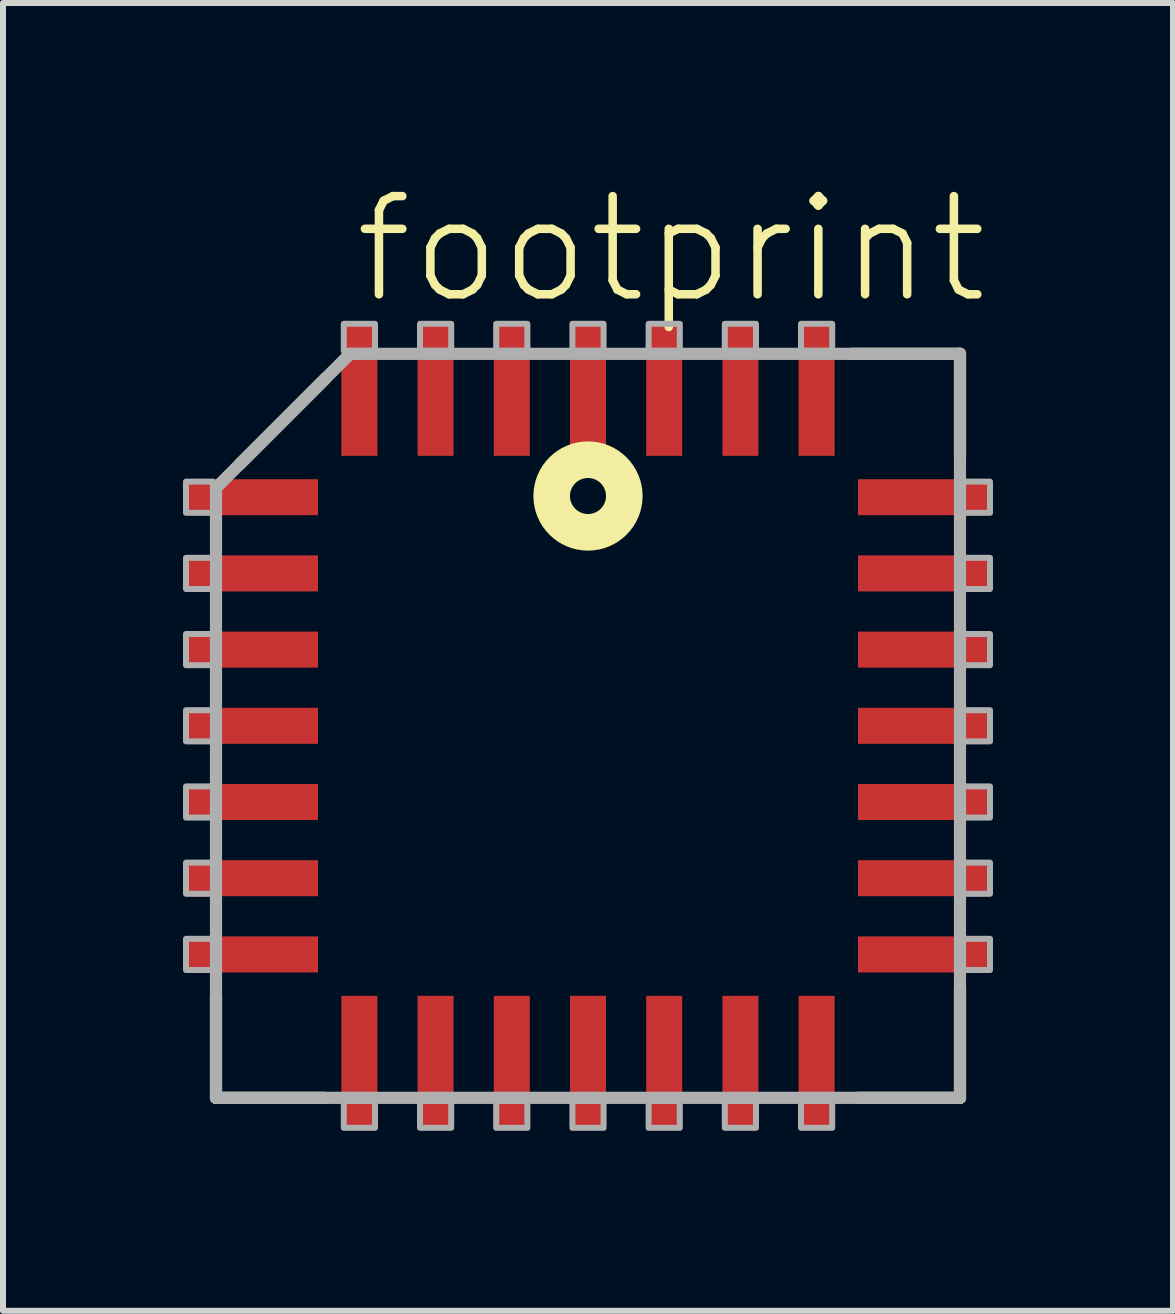
<source format=kicad_pcb>
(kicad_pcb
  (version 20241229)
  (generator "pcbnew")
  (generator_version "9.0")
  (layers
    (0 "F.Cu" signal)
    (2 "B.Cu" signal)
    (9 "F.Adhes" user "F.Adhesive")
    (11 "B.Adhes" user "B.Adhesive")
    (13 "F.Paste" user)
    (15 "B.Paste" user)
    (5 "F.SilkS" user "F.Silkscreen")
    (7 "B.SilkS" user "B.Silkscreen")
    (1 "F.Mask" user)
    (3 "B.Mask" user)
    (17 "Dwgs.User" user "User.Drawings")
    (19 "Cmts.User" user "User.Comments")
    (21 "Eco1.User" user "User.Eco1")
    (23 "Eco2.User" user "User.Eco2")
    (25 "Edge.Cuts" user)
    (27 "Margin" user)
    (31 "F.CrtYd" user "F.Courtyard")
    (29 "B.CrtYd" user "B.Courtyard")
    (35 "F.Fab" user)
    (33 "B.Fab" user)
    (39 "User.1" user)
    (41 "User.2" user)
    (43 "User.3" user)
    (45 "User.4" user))
  (footprint "footprint"
    (layer "F.Cu")
    (at 6.75 9.047)
    (property "Reference" "footprint" (at -3.967 -6.985 0) (layer "F.SilkS") (effects (font (size 1.636 1.636) (thickness 0.142)) (justify left bottom)))
    (fp_line (start -6.2 6.2) (end -6.2 4.5) (stroke (width 0.203) (type solid)) (layer "F.SilkS"))
    (fp_line (start -4.4 6.2) (end -6.2 6.2) (stroke (width 0.203) (type solid)) (layer "F.SilkS"))
    (fp_line (start -4.365 -5.8) (end -5.8 -4.365) (stroke (width 0.203) (type solid)) (layer "F.SilkS"))
    (fp_line (start 4.4 -6.2) (end 6.2 -6.2) (stroke (width 0.203) (type solid)) (layer "F.SilkS"))
    (fp_line (start 6.2 -6.2) (end 6.2 -4.5) (stroke (width 0.203) (type solid)) (layer "F.SilkS"))
    (fp_line (start 6.2 4.4) (end 6.2 6.2) (stroke (width 0.203) (type solid)) (layer "F.SilkS"))
    (fp_line (start 6.2 6.2) (end 4.5 6.2) (stroke (width 0.203) (type solid)) (layer "F.SilkS"))
    (fp_circle (center 0 -3.83) (end 0.3 -3.83) (stroke (width 0.61) (type solid)) (fill no) (layer "F.SilkS"))
    (fp_line (start -6.2 -3.965) (end -6.2 6.2) (stroke (width 0.203) (type solid)) (layer "F.Fab"))
    (fp_line (start -6.2 6.2) (end 6.2 6.2) (stroke (width 0.203) (type solid)) (layer "F.Fab"))
    (fp_line (start -3.965 -6.2) (end -6.2 -3.965) (stroke (width 0.203) (type solid)) (layer "F.Fab"))
    (fp_line (start 6.2 -6.2) (end -3.965 -6.2) (stroke (width 0.203) (type solid)) (layer "F.Fab"))
    (fp_line (start 6.2 6.2) (end 6.2 -6.2) (stroke (width 0.203) (type solid)) (layer "F.Fab"))
    (fp_poly (pts (xy -6.7 -3.55) (xy -6.25 -3.55) (xy -6.25 -4.07) (xy -6.7 -4.07)) (stroke (width 0.1) (type solid)) (fill no) (layer "F.Fab"))
    (fp_poly (pts (xy -6.7 -2.28) (xy -6.25 -2.28) (xy -6.25 -2.8) (xy -6.7 -2.8)) (stroke (width 0.1) (type solid)) (fill no) (layer "F.Fab"))
    (fp_poly (pts (xy -6.7 -1.01) (xy -6.25 -1.01) (xy -6.25 -1.53) (xy -6.7 -1.53)) (stroke (width 0.1) (type solid)) (fill no) (layer "F.Fab"))
    (fp_poly (pts (xy -6.7 0.26) (xy -6.25 0.26) (xy -6.25 -0.26) (xy -6.7 -0.26)) (stroke (width 0.1) (type solid)) (fill no) (layer "F.Fab"))
    (fp_poly (pts (xy -6.7 1.53) (xy -6.25 1.53) (xy -6.25 1.01) (xy -6.7 1.01)) (stroke (width 0.1) (type solid)) (fill no) (layer "F.Fab"))
    (fp_poly (pts (xy -6.7 2.8) (xy -6.25 2.8) (xy -6.25 2.28) (xy -6.7 2.28)) (stroke (width 0.1) (type solid)) (fill no) (layer "F.Fab"))
    (fp_poly (pts (xy -6.7 4.07) (xy -6.25 4.07) (xy -6.25 3.55) (xy -6.7 3.55)) (stroke (width 0.1) (type solid)) (fill no) (layer "F.Fab"))
    (fp_poly (pts (xy -4.07 -6.25) (xy -3.55 -6.25) (xy -3.55 -6.7) (xy -4.07 -6.7)) (stroke (width 0.1) (type solid)) (fill no) (layer "F.Fab"))
    (fp_poly (pts (xy -4.07 6.7) (xy -3.55 6.7) (xy -3.55 6.25) (xy -4.07 6.25)) (stroke (width 0.1) (type solid)) (fill no) (layer "F.Fab"))
    (fp_poly (pts (xy -2.8 -6.25) (xy -2.28 -6.25) (xy -2.28 -6.7) (xy -2.8 -6.7)) (stroke (width 0.1) (type solid)) (fill no) (layer "F.Fab"))
    (fp_poly (pts (xy -2.8 6.7) (xy -2.28 6.7) (xy -2.28 6.25) (xy -2.8 6.25)) (stroke (width 0.1) (type solid)) (fill no) (layer "F.Fab"))
    (fp_poly (pts (xy -1.53 -6.25) (xy -1.01 -6.25) (xy -1.01 -6.7) (xy -1.53 -6.7)) (stroke (width 0.1) (type solid)) (fill no) (layer "F.Fab"))
    (fp_poly (pts (xy -1.53 6.7) (xy -1.01 6.7) (xy -1.01 6.25) (xy -1.53 6.25)) (stroke (width 0.1) (type solid)) (fill no) (layer "F.Fab"))
    (fp_poly (pts (xy -0.26 -6.25) (xy 0.26 -6.25) (xy 0.26 -6.7) (xy -0.26 -6.7)) (stroke (width 0.1) (type solid)) (fill no) (layer "F.Fab"))
    (fp_poly (pts (xy -0.26 6.7) (xy 0.26 6.7) (xy 0.26 6.25) (xy -0.26 6.25)) (stroke (width 0.1) (type solid)) (fill no) (layer "F.Fab"))
    (fp_poly (pts (xy 1.01 -6.25) (xy 1.53 -6.25) (xy 1.53 -6.7) (xy 1.01 -6.7)) (stroke (width 0.1) (type solid)) (fill no) (layer "F.Fab"))
    (fp_poly (pts (xy 1.01 6.7) (xy 1.53 6.7) (xy 1.53 6.25) (xy 1.01 6.25)) (stroke (width 0.1) (type solid)) (fill no) (layer "F.Fab"))
    (fp_poly (pts (xy 2.28 -6.25) (xy 2.8 -6.25) (xy 2.8 -6.7) (xy 2.28 -6.7)) (stroke (width 0.1) (type solid)) (fill no) (layer "F.Fab"))
    (fp_poly (pts (xy 2.28 6.7) (xy 2.8 6.7) (xy 2.8 6.25) (xy 2.28 6.25)) (stroke (width 0.1) (type solid)) (fill no) (layer "F.Fab"))
    (fp_poly (pts (xy 3.55 -6.25) (xy 4.07 -6.25) (xy 4.07 -6.7) (xy 3.55 -6.7)) (stroke (width 0.1) (type solid)) (fill no) (layer "F.Fab"))
    (fp_poly (pts (xy 3.55 6.7) (xy 4.07 6.7) (xy 4.07 6.25) (xy 3.55 6.25)) (stroke (width 0.1) (type solid)) (fill no) (layer "F.Fab"))
    (fp_poly (pts (xy 6.25 -3.55) (xy 6.7 -3.55) (xy 6.7 -4.07) (xy 6.25 -4.07)) (stroke (width 0.1) (type solid)) (fill no) (layer "F.Fab"))
    (fp_poly (pts (xy 6.25 -2.28) (xy 6.7 -2.28) (xy 6.7 -2.8) (xy 6.25 -2.8)) (stroke (width 0.1) (type solid)) (fill no) (layer "F.Fab"))
    (fp_poly (pts (xy 6.25 -1.01) (xy 6.7 -1.01) (xy 6.7 -1.53) (xy 6.25 -1.53)) (stroke (width 0.1) (type solid)) (fill no) (layer "F.Fab"))
    (fp_poly (pts (xy 6.25 0.26) (xy 6.7 0.26) (xy 6.7 -0.26) (xy 6.25 -0.26)) (stroke (width 0.1) (type solid)) (fill no) (layer "F.Fab"))
    (fp_poly (pts (xy 6.25 1.53) (xy 6.7 1.53) (xy 6.7 1.01) (xy 6.25 1.01)) (stroke (width 0.1) (type solid)) (fill no) (layer "F.Fab"))
    (fp_poly (pts (xy 6.25 2.8) (xy 6.7 2.8) (xy 6.7 2.28) (xy 6.25 2.28)) (stroke (width 0.1) (type solid)) (fill no) (layer "F.Fab"))
    (fp_poly (pts (xy 6.25 4.07) (xy 6.7 4.07) (xy 6.7 3.55) (xy 6.25 3.55)) (stroke (width 0.1) (type solid)) (fill no) (layer "F.Fab"))
    (pad "1" smd rect (at 0 -5.6) (size 0.6 2.2) (layers "F.Cu" "F.Mask" "F.Paste"))
    (pad "2" smd rect (at -1.27 -5.6) (size 0.6 2.2) (layers "F.Cu" "F.Mask" "F.Paste"))
    (pad "3" smd rect (at -2.54 -5.6) (size 0.6 2.2) (layers "F.Cu" "F.Mask" "F.Paste"))
    (pad "4" smd rect (at -3.81 -5.6) (size 0.6 2.2) (layers "F.Cu" "F.Mask" "F.Paste"))
    (pad "5" smd rect (at -5.6 -3.81) (size 2.2 0.6) (layers "F.Cu" "F.Mask" "F.Paste"))
    (pad "6" smd rect (at -5.6 -2.54) (size 2.2 0.6) (layers "F.Cu" "F.Mask" "F.Paste"))
    (pad "7" smd rect (at -5.6 -1.27) (size 2.2 0.6) (layers "F.Cu" "F.Mask" "F.Paste"))
    (pad "8" smd rect (at -5.6 0) (size 2.2 0.6) (layers "F.Cu" "F.Mask" "F.Paste"))
    (pad "9" smd rect (at -5.6 1.27) (size 2.2 0.6) (layers "F.Cu" "F.Mask" "F.Paste"))
    (pad "10" smd rect (at -5.6 2.54) (size 2.2 0.6) (layers "F.Cu" "F.Mask" "F.Paste"))
    (pad "11" smd rect (at -5.6 3.81) (size 2.2 0.6) (layers "F.Cu" "F.Mask" "F.Paste"))
    (pad "12" smd rect (at -3.81 5.6) (size 0.6 2.2) (layers "F.Cu" "F.Mask" "F.Paste"))
    (pad "13" smd rect (at -2.54 5.6) (size 0.6 2.2) (layers "F.Cu" "F.Mask" "F.Paste"))
    (pad "14" smd rect (at -1.27 5.6) (size 0.6 2.2) (layers "F.Cu" "F.Mask" "F.Paste"))
    (pad "15" smd rect (at 0 5.6) (size 0.6 2.2) (layers "F.Cu" "F.Mask" "F.Paste"))
    (pad "16" smd rect (at 1.27 5.6) (size 0.6 2.2) (layers "F.Cu" "F.Mask" "F.Paste"))
    (pad "17" smd rect (at 2.54 5.6) (size 0.6 2.2) (layers "F.Cu" "F.Mask" "F.Paste"))
    (pad "18" smd rect (at 3.81 5.6) (size 0.6 2.2) (layers "F.Cu" "F.Mask" "F.Paste"))
    (pad "19" smd rect (at 5.6 3.81) (size 2.2 0.6) (layers "F.Cu" "F.Mask" "F.Paste"))
    (pad "20" smd rect (at 5.6 2.54) (size 2.2 0.6) (layers "F.Cu" "F.Mask" "F.Paste"))
    (pad "21" smd rect (at 5.6 1.27) (size 2.2 0.6) (layers "F.Cu" "F.Mask" "F.Paste"))
    (pad "22" smd rect (at 5.6 0) (size 2.2 0.6) (layers "F.Cu" "F.Mask" "F.Paste"))
    (pad "23" smd rect (at 5.6 -1.27) (size 2.2 0.6) (layers "F.Cu" "F.Mask" "F.Paste"))
    (pad "24" smd rect (at 5.6 -2.54) (size 2.2 0.6) (layers "F.Cu" "F.Mask" "F.Paste"))
    (pad "25" smd rect (at 5.6 -3.81) (size 2.2 0.6) (layers "F.Cu" "F.Mask" "F.Paste"))
    (pad "26" smd rect (at 3.81 -5.6) (size 0.6 2.2) (layers "F.Cu" "F.Mask" "F.Paste"))
    (pad "27" smd rect (at 2.54 -5.6) (size 0.6 2.2) (layers "F.Cu" "F.Mask" "F.Paste"))
    (pad "28" smd rect (at 1.27 -5.6) (size 0.6 2.2) (layers "F.Cu" "F.Mask" "F.Paste")))
  (gr_rect
    (start -3 -3)
    (end 16.5 18.797)
    (stroke (width 0.1) (type default))
    (fill no)
    (layer "Edge.Cuts")))
</source>
